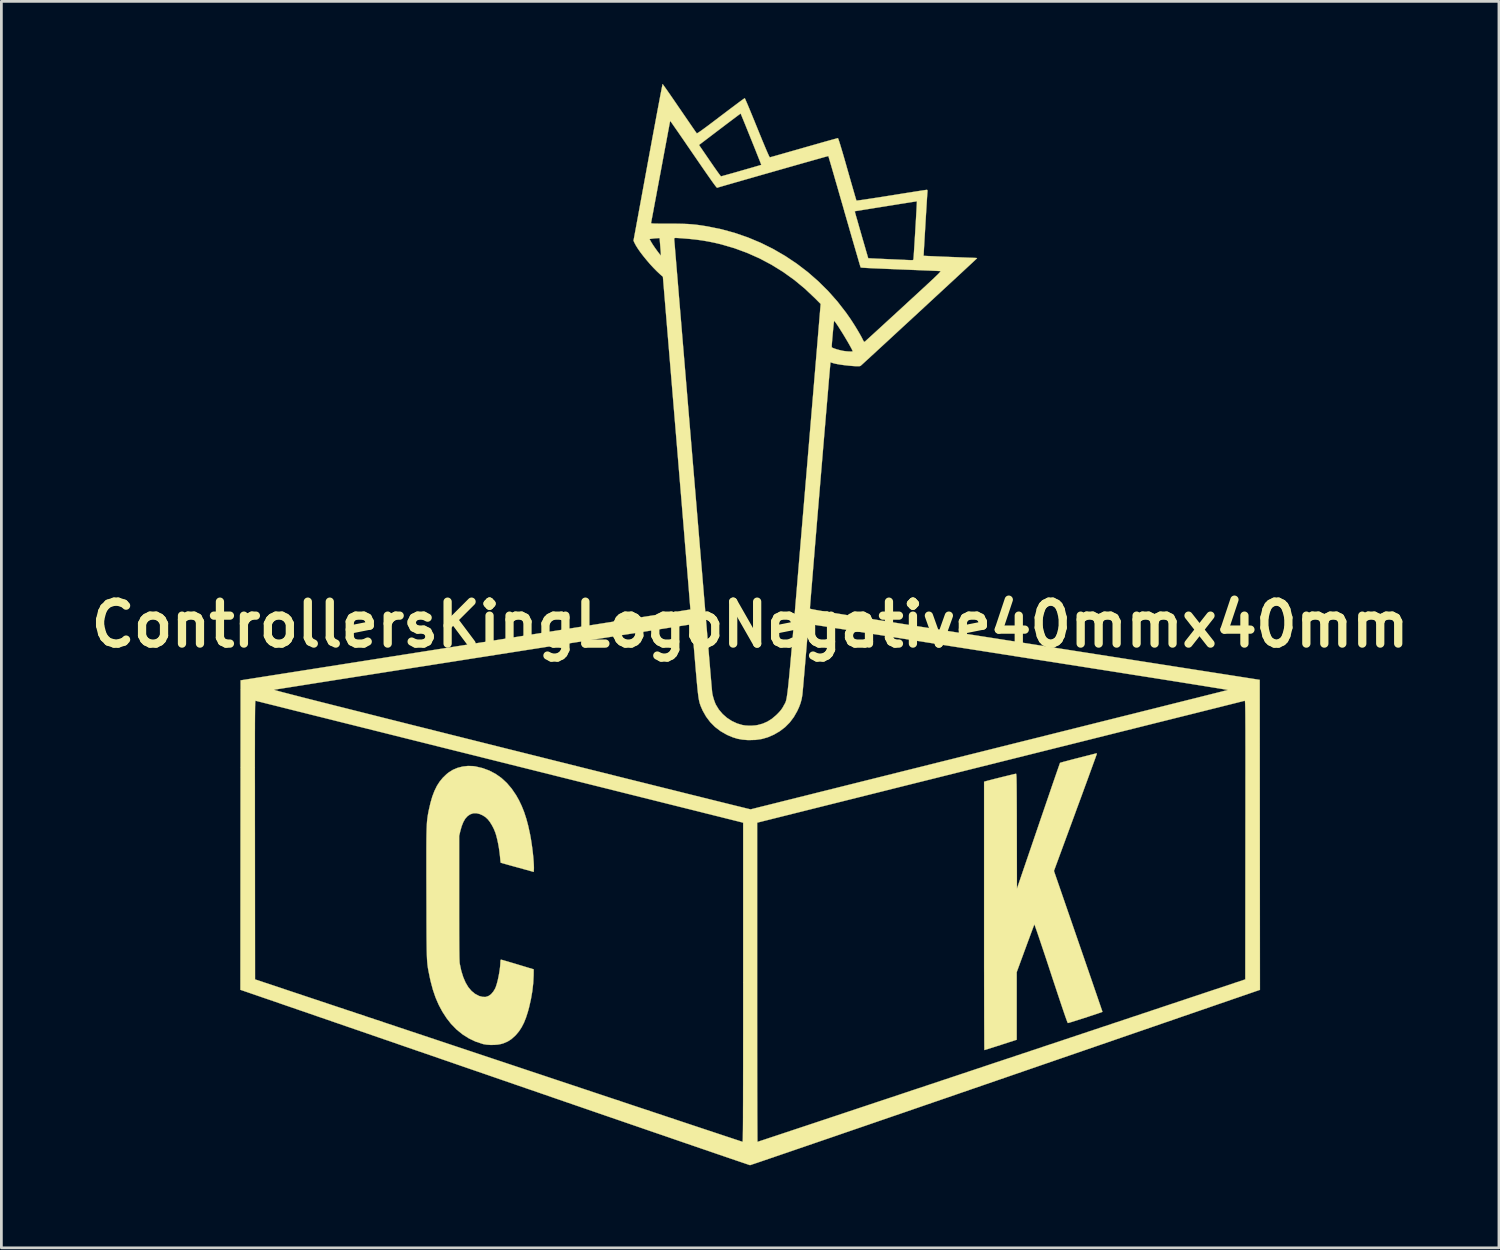
<source format=kicad_pcb>
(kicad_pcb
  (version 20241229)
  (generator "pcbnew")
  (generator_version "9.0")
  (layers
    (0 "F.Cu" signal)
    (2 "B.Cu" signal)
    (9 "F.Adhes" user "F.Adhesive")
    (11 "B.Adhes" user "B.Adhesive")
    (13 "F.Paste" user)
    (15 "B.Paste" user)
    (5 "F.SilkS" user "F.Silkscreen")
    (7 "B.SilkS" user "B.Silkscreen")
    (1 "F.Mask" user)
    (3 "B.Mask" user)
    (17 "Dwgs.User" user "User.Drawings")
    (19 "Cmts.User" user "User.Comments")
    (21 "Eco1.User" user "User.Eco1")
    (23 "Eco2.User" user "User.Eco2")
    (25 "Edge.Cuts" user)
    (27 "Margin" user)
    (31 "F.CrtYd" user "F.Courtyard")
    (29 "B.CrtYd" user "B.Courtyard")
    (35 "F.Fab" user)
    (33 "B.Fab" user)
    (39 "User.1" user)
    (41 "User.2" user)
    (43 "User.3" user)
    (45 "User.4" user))
  (footprint "ControllersKingLogoNegative40mmx40mm"
    (layer "F.Cu")
    (at 24.21 19.648)
    (property "Reference" "ControllersKingLogoNegative40mmx40mm" (at 0 0 0) (layer "F.SilkS") (effects (font (size 1.524 1.524) (thickness 0.3))))
    (attr through_hole)
    (fp_poly (pts (xy 12.593 4.681) (xy 12.598 4.691) (xy 12.593 4.709) (xy 12.576 4.757) (xy 12.549 4.833) (xy 12.512 4.935) (xy 12.466 5.061) (xy 12.412 5.21) (xy 12.35 5.38) (xy 12.282 5.568) (xy 12.207 5.773) (xy 12.126 5.993) (xy 12.041 6.227) (xy 11.951 6.471) (xy 11.857 6.725) (xy 11.819 6.831) (xy 11.039 8.951) (xy 11.92 11.505) (xy 12.018 11.789) (xy 12.113 12.064) (xy 12.204 12.328) (xy 12.291 12.58) (xy 12.373 12.819) (xy 12.45 13.042) (xy 12.52 13.248) (xy 12.585 13.435) (xy 12.642 13.601) (xy 12.691 13.745) (xy 12.732 13.864) (xy 12.764 13.959) (xy 12.787 14.025) (xy 12.799 14.063) (xy 12.802 14.071) (xy 12.786 14.078) (xy 12.743 14.094) (xy 12.675 14.117) (xy 12.588 14.147) (xy 12.486 14.181) (xy 12.372 14.218) (xy 12.252 14.258) (xy 12.129 14.298) (xy 12.007 14.337) (xy 11.891 14.374) (xy 11.785 14.407) (xy 11.693 14.436) (xy 11.62 14.458) (xy 11.569 14.472) (xy 11.545 14.478) (xy 11.545 14.478) (xy 11.536 14.462) (xy 11.516 14.414) (xy 11.487 14.335) (xy 11.447 14.223) (xy 11.398 14.08) (xy 11.338 13.904) (xy 11.268 13.696) (xy 11.188 13.456) (xy 11.098 13.184) (xy 10.997 12.88) (xy 10.93 12.676) (xy 10.852 12.438) (xy 10.777 12.21) (xy 10.705 11.994) (xy 10.637 11.791) (xy 10.574 11.603) (xy 10.517 11.433) (xy 10.466 11.283) (xy 10.422 11.154) (xy 10.385 11.049) (xy 10.357 10.969) (xy 10.338 10.917) (xy 10.328 10.894) (xy 10.327 10.893) (xy 10.319 10.913) (xy 10.301 10.961) (xy 10.273 11.035) (xy 10.237 11.132) (xy 10.194 11.248) (xy 10.145 11.382) (xy 10.09 11.529) (xy 10.032 11.687) (xy 10.001 11.771) (xy 9.686 12.629) (xy 9.686 15.085) (xy 9.58 15.119) (xy 9.348 15.194) (xy 9.142 15.261) (xy 8.964 15.318) (xy 8.814 15.366) (xy 8.694 15.404) (xy 8.603 15.433) (xy 8.543 15.451) (xy 8.514 15.46) (xy 8.512 15.46) (xy 8.511 15.443) (xy 8.51 15.394) (xy 8.509 15.314) (xy 8.508 15.203) (xy 8.507 15.065) (xy 8.507 14.899) (xy 8.506 14.707) (xy 8.505 14.49) (xy 8.504 14.251) (xy 8.504 13.989) (xy 8.503 13.708) (xy 8.503 13.407) (xy 8.502 13.088) (xy 8.502 12.752) (xy 8.501 12.402) (xy 8.501 12.037) (xy 8.501 11.66) (xy 8.501 11.272) (xy 8.501 10.875) (xy 8.501 10.585) (xy 8.501 5.709) (xy 8.589 5.683) (xy 8.641 5.669) (xy 8.715 5.65) (xy 8.807 5.626) (xy 8.912 5.599) (xy 9.026 5.571) (xy 9.144 5.541) (xy 9.26 5.513) (xy 9.37 5.486) (xy 9.469 5.462) (xy 9.552 5.442) (xy 9.615 5.428) (xy 9.652 5.42) (xy 9.66 5.419) (xy 9.664 5.421) (xy 9.667 5.431) (xy 9.67 5.448) (xy 9.673 5.475) (xy 9.676 5.515) (xy 9.678 5.567) (xy 9.68 5.635) (xy 9.681 5.719) (xy 9.683 5.822) (xy 9.684 5.945) (xy 9.685 6.09) (xy 9.686 6.259) (xy 9.687 6.453) (xy 9.688 6.674) (xy 9.689 6.924) (xy 9.689 7.204) (xy 9.69 7.507) (xy 9.694 9.596) (xy 10.472 7.317) (xy 10.563 7.049) (xy 10.652 6.79) (xy 10.737 6.541) (xy 10.818 6.305) (xy 10.894 6.083) (xy 10.964 5.877) (xy 11.029 5.689) (xy 11.087 5.521) (xy 11.138 5.374) (xy 11.181 5.25) (xy 11.215 5.152) (xy 11.24 5.08) (xy 11.256 5.037) (xy 11.261 5.024) (xy 11.279 5.017) (xy 11.327 5.003) (xy 11.4 4.982) (xy 11.496 4.957) (xy 11.609 4.927) (xy 11.737 4.893) (xy 11.877 4.857) (xy 11.906 4.85) (xy 12.048 4.814) (xy 12.18 4.78) (xy 12.299 4.75) (xy 12.401 4.724) (xy 12.482 4.703) (xy 12.539 4.688) (xy 12.567 4.681) (xy 12.569 4.68) (xy 12.593 4.681)) (stroke (width 0.01) (type solid)) (fill yes) (layer "F.SilkS"))
    (fp_poly (pts (xy -10.063 5.142) (xy -9.981 5.154) (xy -9.72 5.215) (xy -9.476 5.306) (xy -9.248 5.426) (xy -9.037 5.575) (xy -8.843 5.754) (xy -8.665 5.963) (xy -8.504 6.2) (xy -8.4 6.385) (xy -8.301 6.593) (xy -8.213 6.813) (xy -8.135 7.052) (xy -8.065 7.313) (xy -8.002 7.603) (xy -7.994 7.643) (xy -7.967 7.793) (xy -7.942 7.955) (xy -7.918 8.122) (xy -7.898 8.29) (xy -7.881 8.451) (xy -7.869 8.601) (xy -7.861 8.734) (xy -7.858 8.843) (xy -7.86 8.908) (xy -7.866 8.986) (xy -8.464 8.82) (xy -8.6 8.783) (xy -8.726 8.748) (xy -8.837 8.717) (xy -8.931 8.69) (xy -9.002 8.67) (xy -9.049 8.656) (xy -9.067 8.65) (xy -9.067 8.65) (xy -9.069 8.632) (xy -9.075 8.587) (xy -9.081 8.52) (xy -9.089 8.439) (xy -9.091 8.416) (xy -9.108 8.266) (xy -9.131 8.108) (xy -9.16 7.948) (xy -9.193 7.797) (xy -9.227 7.662) (xy -9.262 7.551) (xy -9.263 7.549) (xy -9.317 7.419) (xy -9.384 7.29) (xy -9.457 7.172) (xy -9.53 7.078) (xy -9.619 6.995) (xy -9.723 6.929) (xy -9.833 6.881) (xy -9.943 6.855) (xy -10.045 6.854) (xy -10.069 6.858) (xy -10.177 6.896) (xy -10.271 6.961) (xy -10.353 7.053) (xy -10.423 7.174) (xy -10.483 7.325) (xy -10.529 7.487) (xy -10.575 7.679) (xy -10.575 9.94) (xy -10.575 10.277) (xy -10.575 10.581) (xy -10.574 10.855) (xy -10.574 11.1) (xy -10.573 11.317) (xy -10.572 11.508) (xy -10.571 11.675) (xy -10.57 11.819) (xy -10.568 11.942) (xy -10.567 12.045) (xy -10.565 12.13) (xy -10.562 12.198) (xy -10.56 12.252) (xy -10.557 12.292) (xy -10.553 12.321) (xy -10.552 12.327) (xy -10.497 12.585) (xy -10.426 12.812) (xy -10.341 13.009) (xy -10.242 13.175) (xy -10.127 13.311) (xy -9.998 13.417) (xy -9.854 13.492) (xy -9.842 13.497) (xy -9.721 13.528) (xy -9.61 13.529) (xy -9.509 13.496) (xy -9.417 13.432) (xy -9.334 13.335) (xy -9.27 13.229) (xy -9.239 13.155) (xy -9.207 13.055) (xy -9.175 12.935) (xy -9.146 12.802) (xy -9.12 12.665) (xy -9.099 12.53) (xy -9.084 12.404) (xy -9.077 12.295) (xy -9.076 12.267) (xy -9.073 12.209) (xy -9.064 12.181) (xy -9.053 12.175) (xy -9.032 12.18) (xy -8.983 12.193) (xy -8.908 12.215) (xy -8.813 12.242) (xy -8.7 12.276) (xy -8.574 12.313) (xy -8.448 12.351) (xy -7.866 12.527) (xy -7.869 12.753) (xy -7.883 13.027) (xy -7.916 13.318) (xy -7.968 13.618) (xy -8.036 13.917) (xy -8.076 14.063) (xy -8.145 14.279) (xy -8.22 14.467) (xy -8.304 14.63) (xy -8.398 14.775) (xy -8.506 14.905) (xy -8.543 14.943) (xy -8.675 15.061) (xy -8.812 15.149) (xy -8.963 15.214) (xy -9.053 15.24) (xy -9.167 15.261) (xy -9.3 15.272) (xy -9.44 15.273) (xy -9.574 15.264) (xy -9.69 15.245) (xy -9.711 15.24) (xy -9.975 15.153) (xy -10.223 15.035) (xy -10.456 14.887) (xy -10.672 14.711) (xy -10.869 14.508) (xy -11.029 14.304) (xy -11.183 14.067) (xy -11.317 13.818) (xy -11.431 13.555) (xy -11.528 13.272) (xy -11.61 12.965) (xy -11.649 12.789) (xy -11.663 12.716) (xy -11.677 12.649) (xy -11.689 12.588) (xy -11.7 12.53) (xy -11.71 12.473) (xy -11.718 12.415) (xy -11.726 12.354) (xy -11.732 12.289) (xy -11.738 12.217) (xy -11.743 12.136) (xy -11.747 12.045) (xy -11.75 11.941) (xy -11.753 11.823) (xy -11.755 11.689) (xy -11.757 11.536) (xy -11.759 11.364) (xy -11.76 11.169) (xy -11.761 10.95) (xy -11.762 10.704) (xy -11.762 10.431) (xy -11.763 10.128) (xy -11.764 9.793) (xy -11.764 9.782) (xy -11.765 9.435) (xy -11.766 9.121) (xy -11.766 8.837) (xy -11.766 8.582) (xy -11.766 8.353) (xy -11.766 8.148) (xy -11.765 7.966) (xy -11.764 7.804) (xy -11.762 7.662) (xy -11.759 7.536) (xy -11.756 7.426) (xy -11.752 7.329) (xy -11.748 7.243) (xy -11.743 7.167) (xy -11.736 7.099) (xy -11.729 7.036) (xy -11.721 6.978) (xy -11.712 6.921) (xy -11.702 6.865) (xy -11.691 6.806) (xy -11.679 6.745) (xy -11.677 6.737) (xy -11.617 6.476) (xy -11.55 6.245) (xy -11.472 6.042) (xy -11.384 5.862) (xy -11.282 5.703) (xy -11.166 5.562) (xy -11.034 5.435) (xy -10.951 5.369) (xy -10.8 5.275) (xy -10.63 5.204) (xy -10.445 5.157) (xy -10.254 5.136) (xy -10.063 5.142)) (stroke (width 0.01) (type solid)) (fill yes) (layer "F.SilkS"))
    (fp_poly (pts (xy -3.17 -19.629) (xy -3.142 -19.59) (xy -3.097 -19.527) (xy -3.038 -19.444) (xy -2.967 -19.342) (xy -2.885 -19.224) (xy -2.794 -19.092) (xy -2.695 -18.948) (xy -2.591 -18.795) (xy -2.565 -18.758) (xy -2.459 -18.603) (xy -2.358 -18.456) (xy -2.264 -18.319) (xy -2.179 -18.195) (xy -2.105 -18.087) (xy -2.042 -17.996) (xy -1.993 -17.925) (xy -1.959 -17.878) (xy -1.942 -17.855) (xy -1.941 -17.853) (xy -1.931 -17.854) (xy -1.907 -17.866) (xy -1.868 -17.89) (xy -1.812 -17.928) (xy -1.739 -17.98) (xy -1.647 -18.047) (xy -1.533 -18.131) (xy -1.398 -18.233) (xy -1.238 -18.354) (xy -1.067 -18.484) (xy -0.917 -18.597) (xy -0.776 -18.704) (xy -0.644 -18.803) (xy -0.525 -18.892) (xy -0.421 -18.97) (xy -0.334 -19.034) (xy -0.266 -19.083) (xy -0.22 -19.115) (xy -0.197 -19.129) (xy -0.196 -19.129) (xy -0.187 -19.113) (xy -0.167 -19.068) (xy -0.136 -18.997) (xy -0.095 -18.902) (xy -0.046 -18.786) (xy 0.01 -18.651) (xy 0.072 -18.5) (xy 0.14 -18.335) (xy 0.211 -18.16) (xy 0.256 -18.05) (xy 0.354 -17.809) (xy 0.44 -17.599) (xy 0.515 -17.42) (xy 0.577 -17.272) (xy 0.628 -17.155) (xy 0.667 -17.068) (xy 0.695 -17.01) (xy 0.711 -16.983) (xy 0.715 -16.98) (xy 0.734 -16.985) (xy 0.784 -16.999) (xy 0.861 -17.02) (xy 0.963 -17.049) (xy 1.087 -17.084) (xy 1.23 -17.125) (xy 1.391 -17.171) (xy 1.566 -17.221) (xy 1.753 -17.274) (xy 1.949 -17.33) (xy 1.951 -17.331) (xy 2.148 -17.387) (xy 2.335 -17.44) (xy 2.51 -17.49) (xy 2.671 -17.536) (xy 2.814 -17.576) (xy 2.939 -17.611) (xy 3.041 -17.639) (xy 3.118 -17.66) (xy 3.168 -17.674) (xy 3.188 -17.678) (xy 3.188 -17.678) (xy 3.197 -17.664) (xy 3.214 -17.619) (xy 3.239 -17.545) (xy 3.272 -17.44) (xy 3.313 -17.304) (xy 3.363 -17.137) (xy 3.421 -16.938) (xy 3.487 -16.707) (xy 3.531 -16.551) (xy 3.585 -16.363) (xy 3.636 -16.183) (xy 3.684 -16.016) (xy 3.728 -15.864) (xy 3.767 -15.729) (xy 3.8 -15.614) (xy 3.827 -15.522) (xy 3.847 -15.456) (xy 3.858 -15.418) (xy 3.861 -15.41) (xy 3.879 -15.41) (xy 3.927 -15.415) (xy 4.004 -15.425) (xy 4.106 -15.439) (xy 4.232 -15.458) (xy 4.377 -15.48) (xy 4.541 -15.505) (xy 4.72 -15.532) (xy 4.911 -15.563) (xy 5.112 -15.595) (xy 5.123 -15.596) (xy 5.325 -15.629) (xy 5.518 -15.66) (xy 5.7 -15.689) (xy 5.867 -15.715) (xy 6.016 -15.739) (xy 6.146 -15.759) (xy 6.253 -15.776) (xy 6.335 -15.788) (xy 6.389 -15.796) (xy 6.412 -15.799) (xy 6.412 -15.799) (xy 6.433 -15.796) (xy 6.443 -15.782) (xy 6.444 -15.749) (xy 6.441 -15.71) (xy 6.438 -15.67) (xy 6.433 -15.603) (xy 6.427 -15.511) (xy 6.42 -15.397) (xy 6.412 -15.266) (xy 6.403 -15.12) (xy 6.393 -14.962) (xy 6.383 -14.797) (xy 6.373 -14.627) (xy 6.363 -14.455) (xy 6.353 -14.286) (xy 6.343 -14.122) (xy 6.334 -13.967) (xy 6.326 -13.824) (xy 6.318 -13.696) (xy 6.312 -13.588) (xy 6.308 -13.501) (xy 6.304 -13.44) (xy 6.303 -13.407) (xy 6.303 -13.403) (xy 6.321 -13.401) (xy 6.368 -13.399) (xy 6.442 -13.395) (xy 6.538 -13.391) (xy 6.654 -13.386) (xy 6.784 -13.38) (xy 6.926 -13.374) (xy 7.076 -13.368) (xy 7.231 -13.362) (xy 7.385 -13.356) (xy 7.536 -13.35) (xy 7.68 -13.344) (xy 7.813 -13.339) (xy 7.932 -13.334) (xy 8.032 -13.331) (xy 8.111 -13.328) (xy 8.163 -13.326) (xy 8.184 -13.326) (xy 8.224 -13.323) (xy 8.243 -13.315) (xy 8.244 -13.312) (xy 8.231 -13.3) (xy 8.195 -13.266) (xy 8.137 -13.212) (xy 8.059 -13.139) (xy 7.963 -13.05) (xy 7.849 -12.944) (xy 7.72 -12.824) (xy 7.576 -12.691) (xy 7.421 -12.547) (xy 7.254 -12.393) (xy 7.078 -12.23) (xy 6.895 -12.061) (xy 6.705 -11.885) (xy 6.511 -11.706) (xy 6.314 -11.523) (xy 6.115 -11.34) (xy 5.916 -11.156) (xy 5.719 -10.974) (xy 5.525 -10.796) (xy 5.336 -10.621) (xy 5.154 -10.453) (xy 4.979 -10.291) (xy 4.814 -10.139) (xy 4.659 -9.997) (xy 4.518 -9.866) (xy 4.39 -9.749) (xy 4.278 -9.646) (xy 4.184 -9.56) (xy 4.108 -9.49) (xy 4.053 -9.44) (xy 4.019 -9.41) (xy 4.01 -9.402) (xy 3.98 -9.393) (xy 3.922 -9.39) (xy 3.841 -9.391) (xy 3.743 -9.397) (xy 3.632 -9.406) (xy 3.515 -9.418) (xy 3.396 -9.432) (xy 3.281 -9.448) (xy 3.176 -9.466) (xy 3.084 -9.484) (xy 3.012 -9.503) (xy 2.995 -9.509) (xy 2.951 -9.523) (xy 2.923 -9.529) (xy 2.918 -9.528) (xy 2.916 -9.511) (xy 2.912 -9.462) (xy 2.905 -9.382) (xy 2.895 -9.273) (xy 2.883 -9.138) (xy 2.869 -8.978) (xy 2.853 -8.793) (xy 2.836 -8.587) (xy 2.817 -8.361) (xy 2.796 -8.116) (xy 2.774 -7.855) (xy 2.75 -7.578) (xy 2.726 -7.288) (xy 2.7 -6.986) (xy 2.674 -6.675) (xy 2.647 -6.354) (xy 2.62 -6.028) (xy 2.592 -5.696) (xy 2.564 -5.361) (xy 2.536 -5.025) (xy 2.508 -4.689) (xy 2.48 -4.354) (xy 2.452 -4.023) (xy 2.425 -3.698) (xy 2.399 -3.379) (xy 2.373 -3.069) (xy 2.348 -2.769) (xy 2.325 -2.482) (xy 2.302 -2.208) (xy 2.281 -1.949) (xy 2.261 -1.708) (xy 2.243 -1.485) (xy 2.226 -1.283) (xy 2.211 -1.103) (xy 2.199 -0.947) (xy 2.188 -0.817) (xy 2.18 -0.714) (xy 2.175 -0.64) (xy 2.172 -0.596) (xy 2.171 -0.585) (xy 2.173 -0.582) (xy 2.178 -0.579) (xy 2.188 -0.575) (xy 2.203 -0.57) (xy 2.223 -0.565) (xy 2.251 -0.559) (xy 2.287 -0.552) (xy 2.331 -0.543) (xy 2.385 -0.533) (xy 2.449 -0.522) (xy 2.524 -0.508) (xy 2.612 -0.493) (xy 2.712 -0.477) (xy 2.827 -0.458) (xy 2.956 -0.436) (xy 3.1 -0.413) (xy 3.262 -0.387) (xy 3.44 -0.358) (xy 3.637 -0.327) (xy 3.853 -0.292) (xy 4.088 -0.255) (xy 4.345 -0.214) (xy 4.623 -0.17) (xy 4.924 -0.123) (xy 5.248 -0.072) (xy 5.596 -0.017) (xy 5.97 0.042) (xy 6.369 0.105) (xy 6.795 0.172) (xy 7.25 0.243) (xy 7.732 0.319) (xy 8.244 0.399) (xy 8.787 0.484) (xy 9.361 0.574) (xy 9.966 0.668) (xy 10.346 0.728) (xy 18.517 2.007) (xy 18.521 7.64) (xy 18.525 13.273) (xy 18.487 13.285) (xy 18.469 13.291) (xy 18.42 13.308) (xy 18.34 13.335) (xy 18.231 13.373) (xy 18.094 13.42) (xy 17.929 13.477) (xy 17.738 13.543) (xy 17.521 13.617) (xy 17.279 13.701) (xy 17.013 13.792) (xy 16.724 13.892) (xy 16.413 13.999) (xy 16.081 14.113) (xy 15.729 14.234) (xy 15.356 14.363) (xy 14.966 14.497) (xy 14.558 14.638) (xy 14.133 14.784) (xy 13.692 14.936) (xy 13.236 15.093) (xy 12.766 15.255) (xy 12.284 15.421) (xy 11.788 15.592) (xy 11.282 15.766) (xy 10.765 15.944) (xy 10.238 16.126) (xy 9.703 16.31) (xy 9.24 16.47) (xy 8.699 16.656) (xy 8.165 16.84) (xy 7.639 17.021) (xy 7.124 17.199) (xy 6.619 17.372) (xy 6.126 17.542) (xy 5.645 17.708) (xy 5.177 17.868) (xy 4.723 18.024) (xy 4.285 18.175) (xy 3.862 18.32) (xy 3.457 18.459) (xy 3.069 18.593) (xy 2.7 18.719) (xy 2.35 18.839) (xy 2.021 18.952) (xy 1.713 19.057) (xy 1.428 19.155) (xy 1.165 19.245) (xy 0.927 19.326) (xy 0.714 19.399) (xy 0.526 19.463) (xy 0.366 19.518) (xy 0.233 19.563) (xy 0.128 19.598) (xy 0.053 19.623) (xy 0.008 19.638) (xy -0.005 19.642) (xy -0.023 19.636) (xy -0.073 19.62) (xy -0.152 19.593) (xy -0.261 19.556) (xy -0.397 19.51) (xy -0.562 19.454) (xy -0.752 19.389) (xy -0.968 19.315) (xy -1.209 19.233) (xy -1.473 19.142) (xy -1.76 19.044) (xy -2.069 18.938) (xy -2.398 18.825) (xy -2.747 18.705) (xy -3.115 18.578) (xy -3.502 18.446) (xy -3.905 18.307) (xy -4.324 18.163) (xy -4.759 18.013) (xy -5.208 17.859) (xy -5.67 17.7) (xy -6.145 17.536) (xy -6.631 17.369) (xy -7.127 17.198) (xy -7.633 17.023) (xy -8.148 16.846) (xy -8.56 16.704) (xy -9.087 16.522) (xy -9.608 16.342) (xy -10.123 16.165) (xy -10.631 15.99) (xy -11.129 15.818) (xy -11.618 15.649) (xy -12.097 15.485) (xy -12.563 15.324) (xy -13.017 15.167) (xy -13.457 15.016) (xy -13.882 14.869) (xy -14.291 14.728) (xy -14.684 14.593) (xy -15.058 14.464) (xy -15.414 14.341) (xy -15.749 14.226) (xy -16.063 14.117) (xy -16.355 14.017) (xy -16.624 13.924) (xy -16.869 13.84) (xy -17.089 13.764) (xy -17.282 13.697) (xy -17.448 13.64) (xy -17.586 13.593) (xy -17.694 13.556) (xy -17.772 13.529) (xy -17.801 13.519) (xy -18.525 13.27) (xy -18.521 7.648) (xy -18.519 4.897) (xy -17.998 4.897) (xy -17.998 5.196) (xy -17.998 5.522) (xy -17.997 5.876) (xy -17.997 6.258) (xy -17.997 6.671) (xy -17.997 7.114) (xy -17.996 7.59) (xy -17.996 7.825) (xy -17.992 12.892) (xy -9.144 15.843) (xy -8.612 16.02) (xy -8.088 16.195) (xy -7.573 16.366) (xy -7.068 16.535) (xy -6.574 16.699) (xy -6.091 16.86) (xy -5.621 17.017) (xy -5.165 17.169) (xy -4.722 17.316) (xy -4.296 17.459) (xy -3.885 17.595) (xy -3.492 17.726) (xy -3.116 17.851) (xy -2.76 17.97) (xy -2.424 18.082) (xy -2.108 18.187) (xy -1.814 18.285) (xy -1.543 18.375) (xy -1.296 18.457) (xy -1.073 18.531) (xy -0.875 18.597) (xy -0.704 18.653) (xy -0.561 18.701) (xy -0.445 18.739) (xy -0.358 18.768) (xy -0.302 18.786) (xy -0.277 18.794) (xy -0.275 18.795) (xy -0.273 18.789) (xy -0.271 18.771) (xy -0.27 18.739) (xy -0.268 18.694) (xy -0.266 18.633) (xy -0.265 18.556) (xy -0.264 18.463) (xy -0.262 18.351) (xy -0.261 18.221) (xy -0.26 18.072) (xy -0.259 17.902) (xy -0.259 17.71) (xy -0.258 17.496) (xy -0.257 17.259) (xy -0.257 16.997) (xy -0.256 16.711) (xy -0.256 16.399) (xy -0.255 16.06) (xy -0.255 15.693) (xy -0.255 15.297) (xy -0.254 14.872) (xy -0.254 14.416) (xy -0.254 13.929) (xy -0.254 13.41) (xy -0.254 12.997) (xy -0.254 7.198) (xy 0.254 7.198) (xy 0.254 12.997) (xy 0.254 13.438) (xy 0.254 13.87) (xy 0.254 14.293) (xy 0.255 14.704) (xy 0.255 15.102) (xy 0.255 15.487) (xy 0.256 15.858) (xy 0.256 16.212) (xy 0.257 16.548) (xy 0.257 16.867) (xy 0.258 17.165) (xy 0.259 17.442) (xy 0.259 17.698) (xy 0.26 17.929) (xy 0.261 18.136) (xy 0.262 18.317) (xy 0.263 18.471) (xy 0.263 18.597) (xy 0.264 18.693) (xy 0.265 18.759) (xy 0.266 18.792) (xy 0.267 18.796) (xy 0.283 18.791) (xy 0.331 18.775) (xy 0.409 18.749) (xy 0.517 18.714) (xy 0.653 18.668) (xy 0.817 18.614) (xy 1.007 18.551) (xy 1.223 18.479) (xy 1.463 18.399) (xy 1.728 18.311) (xy 2.015 18.216) (xy 2.325 18.113) (xy 2.655 18.003) (xy 3.006 17.886) (xy 3.376 17.763) (xy 3.765 17.633) (xy 4.171 17.498) (xy 4.593 17.357) (xy 5.031 17.212) (xy 5.484 17.061) (xy 5.951 16.905) (xy 6.43 16.746) (xy 6.921 16.582) (xy 7.424 16.415) (xy 7.936 16.244) (xy 8.458 16.07) (xy 8.987 15.893) (xy 9.136 15.844) (xy 17.992 12.892) (xy 17.996 7.825) (xy 17.996 7.334) (xy 17.997 6.875) (xy 17.997 6.448) (xy 17.997 6.052) (xy 17.997 5.685) (xy 17.998 5.346) (xy 17.998 5.034) (xy 17.998 4.749) (xy 17.998 4.488) (xy 17.997 4.251) (xy 17.997 4.037) (xy 17.997 3.844) (xy 17.996 3.671) (xy 17.995 3.518) (xy 17.995 3.383) (xy 17.994 3.265) (xy 17.993 3.163) (xy 17.992 3.075) (xy 17.991 3.002) (xy 17.989 2.94) (xy 17.988 2.891) (xy 17.986 2.851) (xy 17.984 2.821) (xy 17.982 2.798) (xy 17.98 2.783) (xy 17.977 2.773) (xy 17.975 2.768) (xy 17.972 2.767) (xy 17.971 2.767) (xy 17.952 2.771) (xy 17.902 2.784) (xy 17.822 2.804) (xy 17.711 2.832) (xy 17.571 2.867) (xy 17.403 2.909) (xy 17.207 2.958) (xy 16.986 3.014) (xy 16.74 3.075) (xy 16.469 3.143) (xy 16.175 3.217) (xy 15.858 3.296) (xy 15.52 3.38) (xy 15.162 3.47) (xy 14.784 3.564) (xy 14.388 3.663) (xy 13.974 3.767) (xy 13.544 3.874) (xy 13.098 3.986) (xy 12.637 4.101) (xy 12.163 4.22) (xy 11.675 4.342) (xy 11.176 4.466) (xy 10.666 4.594) (xy 10.146 4.724) (xy 9.617 4.856) (xy 9.161 4.97) (xy 8.625 5.104) (xy 8.097 5.236) (xy 7.578 5.366) (xy 7.069 5.493) (xy 6.571 5.618) (xy 6.084 5.739) (xy 5.611 5.857) (xy 5.151 5.972) (xy 4.706 6.084) (xy 4.277 6.191) (xy 3.865 6.294) (xy 3.47 6.393) (xy 3.094 6.487) (xy 2.737 6.576) (xy 2.401 6.66) (xy 2.086 6.739) (xy 1.794 6.812) (xy 1.525 6.879) (xy 1.281 6.94) (xy 1.061 6.995) (xy 0.869 7.043) (xy 0.703 7.085) (xy 0.566 7.119) (xy 0.457 7.146) (xy 0.379 7.166) (xy 0.332 7.177) (xy 0.318 7.181) (xy 0.254 7.198) (xy -0.254 7.198) (xy -0.318 7.181) (xy -0.338 7.176) (xy -0.39 7.163) (xy -0.473 7.142) (xy -0.586 7.114) (xy -0.728 7.078) (xy -0.898 7.036) (xy -1.095 6.986) (xy -1.318 6.931) (xy -1.567 6.869) (xy -1.839 6.8) (xy -2.135 6.726) (xy -2.453 6.647) (xy -2.793 6.562) (xy -3.153 6.472) (xy -3.532 6.377) (xy -3.93 6.278) (xy -4.345 6.174) (xy -4.777 6.066) (xy -5.224 5.954) (xy -5.686 5.839) (xy -6.162 5.72) (xy -6.65 5.598) (xy -7.15 5.473) (xy -7.661 5.345) (xy -8.181 5.215) (xy -8.711 5.083) (xy -9.161 4.97) (xy -9.697 4.836) (xy -10.224 4.704) (xy -10.743 4.575) (xy -11.251 4.448) (xy -11.749 4.323) (xy -12.234 4.202) (xy -12.707 4.084) (xy -13.165 3.969) (xy -13.609 3.858) (xy -14.037 3.751) (xy -14.448 3.648) (xy -14.842 3.55) (xy -15.217 3.456) (xy -15.572 3.367) (xy -15.907 3.284) (xy -16.22 3.205) (xy -16.511 3.133) (xy -16.778 3.066) (xy -17.021 3.005) (xy -17.238 2.95) (xy -17.429 2.903) (xy -17.593 2.862) (xy -17.729 2.828) (xy -17.836 2.801) (xy -17.912 2.782) (xy -17.957 2.77) (xy -17.971 2.767) (xy -17.973 2.767) (xy -17.976 2.77) (xy -17.979 2.778) (xy -17.981 2.79) (xy -17.983 2.809) (xy -17.985 2.836) (xy -17.987 2.871) (xy -17.988 2.916) (xy -17.99 2.971) (xy -17.991 3.039) (xy -17.992 3.12) (xy -17.993 3.215) (xy -17.994 3.326) (xy -17.995 3.452) (xy -17.996 3.597) (xy -17.996 3.76) (xy -17.997 3.943) (xy -17.997 4.148) (xy -17.997 4.374) (xy -17.998 4.623) (xy -17.998 4.897) (xy -18.519 4.897) (xy -18.517 2.367) (xy -17.305 2.367) (xy -17.303 2.369) (xy -17.285 2.376) (xy -17.252 2.386) (xy -17.202 2.4) (xy -17.135 2.418) (xy -17.051 2.441) (xy -16.949 2.468) (xy -16.827 2.499) (xy -16.686 2.536) (xy -16.525 2.577) (xy -16.344 2.624) (xy -16.141 2.676) (xy -15.915 2.733) (xy -15.668 2.796) (xy -15.397 2.864) (xy -15.102 2.939) (xy -14.782 3.019) (xy -14.437 3.106) (xy -14.067 3.199) (xy -13.67 3.299) (xy -13.246 3.406) (xy -12.794 3.519) (xy -12.314 3.64) (xy -11.805 3.767) (xy -11.267 3.902) (xy -10.698 4.045) (xy -10.098 4.195) (xy -9.467 4.353) (xy -8.804 4.519) (xy -8.687 4.548) (xy -8.154 4.681) (xy -7.63 4.812) (xy -7.115 4.941) (xy -6.609 5.067) (xy -6.115 5.191) (xy -5.633 5.311) (xy -5.164 5.428) (xy -4.709 5.542) (xy -4.268 5.652) (xy -3.844 5.757) (xy -3.436 5.859) (xy -3.046 5.956) (xy -2.675 6.048) (xy -2.324 6.136) (xy -1.993 6.218) (xy -1.684 6.295) (xy -1.397 6.366) (xy -1.134 6.431) (xy -0.896 6.49) (xy -0.682 6.543) (xy -0.496 6.589) (xy -0.336 6.628) (xy -0.205 6.66) (xy -0.104 6.685) (xy -0.032 6.702) (xy 0.008 6.711) (xy 0.017 6.713) (xy 0.035 6.709) (xy 0.085 6.696) (xy 0.165 6.676) (xy 0.276 6.648) (xy 0.415 6.613) (xy 0.583 6.572) (xy 0.778 6.523) (xy 0.999 6.468) (xy 1.245 6.406) (xy 1.515 6.339) (xy 1.809 6.265) (xy 2.124 6.187) (xy 2.461 6.102) (xy 2.819 6.013) (xy 3.195 5.919) (xy 3.591 5.82) (xy 4.003 5.717) (xy 4.432 5.61) (xy 4.877 5.499) (xy 5.336 5.384) (xy 5.809 5.266) (xy 6.295 5.145) (xy 6.792 5.02) (xy 7.3 4.894) (xy 7.817 4.764) (xy 8.344 4.633) (xy 8.687 4.547) (xy 9.218 4.414) (xy 9.742 4.283) (xy 10.256 4.155) (xy 10.76 4.029) (xy 11.254 3.905) (xy 11.735 3.785) (xy 12.203 3.668) (xy 12.657 3.554) (xy 13.097 3.444) (xy 13.52 3.338) (xy 13.927 3.237) (xy 14.316 3.139) (xy 14.686 3.047) (xy 15.036 2.959) (xy 15.366 2.876) (xy 15.674 2.799) (xy 15.96 2.727) (xy 16.222 2.662) (xy 16.459 2.602) (xy 16.671 2.549) (xy 16.857 2.502) (xy 17.015 2.463) (xy 17.144 2.43) (xy 17.244 2.405) (xy 17.314 2.387) (xy 17.353 2.377) (xy 17.361 2.375) (xy 17.347 2.371) (xy 17.3 2.363) (xy 17.221 2.349) (xy 17.111 2.331) (xy 16.972 2.308) (xy 16.804 2.281) (xy 16.608 2.249) (xy 16.385 2.213) (xy 16.135 2.173) (xy 15.86 2.129) (xy 15.561 2.081) (xy 15.239 2.03) (xy 14.894 1.975) (xy 14.527 1.917) (xy 14.139 1.856) (xy 13.732 1.792) (xy 13.306 1.724) (xy 12.861 1.654) (xy 12.4 1.582) (xy 11.922 1.506) (xy 11.429 1.429) (xy 10.922 1.349) (xy 10.401 1.268) (xy 9.868 1.184) (xy 9.758 1.167) (xy 9.254 1.088) (xy 8.759 1.01) (xy 8.274 0.934) (xy 7.799 0.86) (xy 7.335 0.788) (xy 6.884 0.717) (xy 6.447 0.649) (xy 6.025 0.583) (xy 5.619 0.519) (xy 5.229 0.458) (xy 4.857 0.4) (xy 4.505 0.345) (xy 4.172 0.293) (xy 3.86 0.244) (xy 3.571 0.199) (xy 3.304 0.157) (xy 3.062 0.12) (xy 2.845 0.086) (xy 2.655 0.056) (xy 2.491 0.031) (xy 2.357 0.01) (xy 2.251 -0.007) (xy 2.176 -0.018) (xy 2.133 -0.025) (xy 2.122 -0.026) (xy 2.12 -0.009) (xy 2.115 0.038) (xy 2.108 0.115) (xy 2.099 0.217) (xy 2.088 0.342) (xy 2.076 0.488) (xy 2.062 0.651) (xy 2.047 0.829) (xy 2.031 1.02) (xy 2.016 1.195) (xy 1.999 1.398) (xy 1.982 1.595) (xy 1.966 1.782) (xy 1.951 1.956) (xy 1.937 2.114) (xy 1.925 2.253) (xy 1.914 2.369) (xy 1.906 2.46) (xy 1.9 2.523) (xy 1.897 2.55) (xy 1.871 2.704) (xy 1.832 2.849) (xy 1.777 2.997) (xy 1.711 3.141) (xy 1.585 3.361) (xy 1.439 3.555) (xy 1.27 3.725) (xy 1.077 3.873) (xy 0.857 4.001) (xy 0.851 4.003) (xy 0.64 4.094) (xy 0.424 4.156) (xy 0.197 4.189) (xy -0.046 4.196) (xy -0.091 4.195) (xy -0.282 4.179) (xy -0.456 4.148) (xy -0.624 4.097) (xy -0.798 4.025) (xy -0.855 3.998) (xy -1.078 3.87) (xy -1.276 3.719) (xy -1.45 3.544) (xy -1.6 3.345) (xy -1.726 3.123) (xy -1.795 2.964) (xy -1.811 2.921) (xy -1.826 2.877) (xy -1.84 2.83) (xy -1.852 2.778) (xy -1.864 2.719) (xy -1.876 2.649) (xy -1.887 2.567) (xy -1.899 2.469) (xy -1.912 2.354) (xy -1.925 2.218) (xy -1.94 2.06) (xy -1.956 1.877) (xy -1.975 1.666) (xy -1.995 1.426) (xy -2.006 1.294) (xy -2.023 1.088) (xy -2.04 0.892) (xy -2.056 0.708) (xy -2.071 0.539) (xy -2.084 0.388) (xy -2.096 0.257) (xy -2.106 0.149) (xy -2.114 0.066) (xy -2.12 0.012) (xy -2.123 -0.012) (xy -2.124 -0.013) (xy -2.14 -0.01) (xy -2.19 -0.003) (xy -2.269 0.009) (xy -2.379 0.026) (xy -2.517 0.047) (xy -2.682 0.073) (xy -2.873 0.102) (xy -3.088 0.136) (xy -3.326 0.173) (xy -3.587 0.213) (xy -3.868 0.257) (xy -4.168 0.304) (xy -4.486 0.354) (xy -4.822 0.406) (xy -5.172 0.461) (xy -5.537 0.518) (xy -5.915 0.577) (xy -6.305 0.638) (xy -6.705 0.7) (xy -7.114 0.764) (xy -7.531 0.83) (xy -7.955 0.896) (xy -8.383 0.963) (xy -8.816 1.031) (xy -9.252 1.099) (xy -9.689 1.168) (xy -10.126 1.236) (xy -10.562 1.305) (xy -10.995 1.373) (xy -11.425 1.44) (xy -11.85 1.507) (xy -12.268 1.572) (xy -12.679 1.637) (xy -13.082 1.7) (xy -13.474 1.762) (xy -13.855 1.822) (xy -14.223 1.879) (xy -14.577 1.935) (xy -14.916 1.988) (xy -15.238 2.039) (xy -15.543 2.087) (xy -15.828 2.132) (xy -16.093 2.174) (xy -16.337 2.213) (xy -16.558 2.248) (xy -16.754 2.279) (xy -16.925 2.306) (xy -17.069 2.329) (xy -17.185 2.347) (xy -17.272 2.362) (xy -17.305 2.367) (xy -18.517 2.367) (xy -18.517 2.025) (xy -10.346 0.739) (xy -9.825 0.657) (xy -9.312 0.577) (xy -8.809 0.498) (xy -8.316 0.42) (xy -7.835 0.344) (xy -7.366 0.27) (xy -6.911 0.199) (xy -6.47 0.129) (xy -6.045 0.062) (xy -5.636 -0.002) (xy -5.245 -0.064) (xy -4.872 -0.123) (xy -4.519 -0.178) (xy -4.187 -0.231) (xy -3.876 -0.28) (xy -3.588 -0.325) (xy -3.323 -0.367) (xy -3.083 -0.405) (xy -2.869 -0.439) (xy -2.681 -0.469) (xy -2.521 -0.494) (xy -2.39 -0.515) (xy -2.289 -0.531) (xy -2.218 -0.542) (xy -2.179 -0.549) (xy -2.171 -0.55) (xy -2.173 -0.567) (xy -2.176 -0.616) (xy -2.183 -0.697) (xy -2.192 -0.808) (xy -2.203 -0.948) (xy -2.217 -1.116) (xy -2.232 -1.31) (xy -2.25 -1.53) (xy -2.27 -1.774) (xy -2.292 -2.041) (xy -2.316 -2.33) (xy -2.341 -2.639) (xy -2.369 -2.968) (xy -2.397 -3.315) (xy -2.427 -3.679) (xy -2.459 -4.059) (xy -2.491 -4.453) (xy -2.525 -4.861) (xy -2.56 -5.281) (xy -2.596 -5.712) (xy -2.632 -6.153) (xy -2.669 -6.597) (xy -3.171 -12.641) (xy -3.275 -12.732) (xy -3.393 -12.843) (xy -3.516 -12.968) (xy -3.641 -13.103) (xy -3.762 -13.245) (xy -3.878 -13.387) (xy -3.984 -13.525) (xy -4.076 -13.656) (xy -4.15 -13.773) (xy -4.203 -13.873) (xy -4.207 -13.881) (xy -4.239 -13.953) (xy -4.228 -14.012) (xy -3.659 -14.012) (xy -3.578 -13.872) (xy -3.547 -13.822) (xy -3.506 -13.76) (xy -3.458 -13.69) (xy -3.407 -13.619) (xy -3.357 -13.551) (xy -3.312 -13.492) (xy -3.275 -13.446) (xy -3.251 -13.42) (xy -3.243 -13.415) (xy -3.243 -13.433) (xy -3.245 -13.478) (xy -3.25 -13.547) (xy -3.257 -13.634) (xy -3.265 -13.733) (xy -3.265 -13.734) (xy -3.288 -14.018) (xy -2.76 -14.018) (xy -2.759 -13.998) (xy -2.755 -13.946) (xy -2.748 -13.863) (xy -2.738 -13.749) (xy -2.727 -13.606) (xy -2.713 -13.434) (xy -2.696 -13.236) (xy -2.678 -13.012) (xy -2.657 -12.764) (xy -2.634 -12.492) (xy -2.61 -12.197) (xy -2.584 -11.881) (xy -2.556 -11.546) (xy -2.526 -11.191) (xy -2.495 -10.818) (xy -2.463 -10.429) (xy -2.429 -10.024) (xy -2.394 -9.604) (xy -2.358 -9.171) (xy -2.321 -8.727) (xy -2.283 -8.271) (xy -2.244 -7.805) (xy -2.204 -7.33) (xy -2.193 -7.197) (xy -2.136 -6.516) (xy -2.082 -5.869) (xy -2.03 -5.254) (xy -1.981 -4.67) (xy -1.935 -4.117) (xy -1.891 -3.593) (xy -1.85 -3.098) (xy -1.811 -2.631) (xy -1.774 -2.191) (xy -1.739 -1.777) (xy -1.707 -1.389) (xy -1.677 -1.026) (xy -1.648 -0.686) (xy -1.622 -0.37) (xy -1.597 -0.075) (xy -1.574 0.198) (xy -1.553 0.45) (xy -1.533 0.683) (xy -1.515 0.897) (xy -1.499 1.092) (xy -1.484 1.271) (xy -1.47 1.433) (xy -1.458 1.579) (xy -1.447 1.711) (xy -1.437 1.829) (xy -1.428 1.934) (xy -1.42 2.026) (xy -1.413 2.107) (xy -1.407 2.177) (xy -1.402 2.237) (xy -1.397 2.289) (xy -1.393 2.332) (xy -1.39 2.368) (xy -1.387 2.397) (xy -1.385 2.421) (xy -1.383 2.44) (xy -1.382 2.455) (xy -1.381 2.466) (xy -1.379 2.475) (xy -1.379 2.481) (xy -1.364 2.557) (xy -1.34 2.65) (xy -1.31 2.748) (xy -1.277 2.838) (xy -1.249 2.904) (xy -1.139 3.085) (xy -1.002 3.247) (xy -0.843 3.387) (xy -0.665 3.503) (xy -0.471 3.593) (xy -0.279 3.649) (xy -0.178 3.665) (xy -0.058 3.672) (xy 0.069 3.671) (xy 0.189 3.662) (xy 0.271 3.649) (xy 0.458 3.598) (xy 0.627 3.524) (xy 0.784 3.426) (xy 0.936 3.298) (xy 0.983 3.253) (xy 1.06 3.173) (xy 1.118 3.105) (xy 1.164 3.041) (xy 1.206 2.97) (xy 1.223 2.937) (xy 1.234 2.916) (xy 1.245 2.898) (xy 1.255 2.881) (xy 1.264 2.865) (xy 1.273 2.849) (xy 1.281 2.831) (xy 1.289 2.811) (xy 1.297 2.788) (xy 1.305 2.761) (xy 1.313 2.728) (xy 1.321 2.69) (xy 1.33 2.644) (xy 1.338 2.591) (xy 1.347 2.528) (xy 1.357 2.456) (xy 1.367 2.372) (xy 1.378 2.277) (xy 1.39 2.169) (xy 1.402 2.047) (xy 1.416 1.91) (xy 1.43 1.757) (xy 1.446 1.588) (xy 1.463 1.401) (xy 1.481 1.196) (xy 1.501 0.971) (xy 1.523 0.725) (xy 1.546 0.458) (xy 1.57 0.168) (xy 1.597 -0.146) (xy 1.626 -0.483) (xy 1.656 -0.846) (xy 1.689 -1.236) (xy 1.724 -1.653) (xy 1.761 -2.098) (xy 1.801 -2.572) (xy 1.843 -3.077) (xy 1.888 -3.613) (xy 1.936 -4.181) (xy 1.968 -4.561) (xy 2.431 -10.082) (xy 2.963 -10.082) (xy 2.979 -10.068) (xy 3.021 -10.048) (xy 3.083 -10.025) (xy 3.158 -10.001) (xy 3.24 -9.979) (xy 3.322 -9.959) (xy 3.375 -9.948) (xy 3.439 -9.939) (xy 3.511 -9.931) (xy 3.583 -9.926) (xy 3.648 -9.924) (xy 3.697 -9.925) (xy 3.723 -9.929) (xy 3.725 -9.932) (xy 3.717 -9.96) (xy 3.693 -10.011) (xy 3.655 -10.082) (xy 3.607 -10.169) (xy 3.551 -10.267) (xy 3.488 -10.373) (xy 3.422 -10.484) (xy 3.355 -10.594) (xy 3.288 -10.7) (xy 3.226 -10.799) (xy 3.169 -10.886) (xy 3.12 -10.957) (xy 3.082 -11.008) (xy 3.057 -11.036) (xy 3.05 -11.041) (xy 3.047 -11.025) (xy 3.041 -10.98) (xy 3.033 -10.912) (xy 3.025 -10.825) (xy 3.015 -10.726) (xy 3.005 -10.618) (xy 2.995 -10.508) (xy 2.985 -10.4) (xy 2.977 -10.3) (xy 2.97 -10.212) (xy 2.965 -10.142) (xy 2.963 -10.095) (xy 2.963 -10.082) (xy 2.431 -10.082) (xy 2.562 -11.653) (xy 2.352 -11.864) (xy 1.986 -12.21) (xy 1.601 -12.528) (xy 1.198 -12.817) (xy 0.778 -13.077) (xy 0.342 -13.308) (xy -0.11 -13.509) (xy -0.575 -13.68) (xy -1.054 -13.82) (xy -1.295 -13.877) (xy -1.516 -13.922) (xy -1.737 -13.96) (xy -1.965 -13.991) (xy -2.208 -14.017) (xy -2.474 -14.039) (xy -2.595 -14.047) (xy -2.671 -14.051) (xy -2.719 -14.052) (xy -2.745 -14.049) (xy -2.757 -14.04) (xy -2.76 -14.025) (xy -2.76 -14.018) (xy -3.288 -14.018) (xy -3.29 -14.048) (xy -3.394 -14.041) (xy -3.467 -14.036) (xy -3.541 -14.028) (xy -3.578 -14.023) (xy -3.659 -14.012) (xy -4.228 -14.012) (xy -4.12 -14.596) (xy -3.601 -14.596) (xy -3.599 -14.589) (xy -3.589 -14.584) (xy -3.569 -14.579) (xy -3.535 -14.576) (xy -3.486 -14.574) (xy -3.416 -14.572) (xy -3.324 -14.571) (xy -3.206 -14.571) (xy -3.059 -14.571) (xy -2.96 -14.57) (xy -2.749 -14.57) (xy -2.565 -14.567) (xy -2.404 -14.563) (xy -2.259 -14.557) (xy -2.125 -14.547) (xy -1.995 -14.535) (xy -1.864 -14.519) (xy -1.725 -14.498) (xy -1.574 -14.474) (xy -1.544 -14.469) (xy -1.045 -14.367) (xy -0.556 -14.233) (xy -0.078 -14.068) (xy 0.387 -13.873) (xy 0.838 -13.649) (xy 1.274 -13.396) (xy 1.692 -13.117) (xy 2.093 -12.811) (xy 2.473 -12.479) (xy 2.832 -12.124) (xy 3.169 -11.744) (xy 3.481 -11.342) (xy 3.628 -11.133) (xy 3.723 -10.989) (xy 3.817 -10.841) (xy 3.906 -10.694) (xy 3.986 -10.557) (xy 4.053 -10.436) (xy 4.083 -10.376) (xy 4.112 -10.318) (xy 4.133 -10.287) (xy 4.149 -10.276) (xy 4.165 -10.281) (xy 4.168 -10.283) (xy 4.184 -10.297) (xy 4.223 -10.333) (xy 4.284 -10.388) (xy 4.365 -10.462) (xy 4.465 -10.553) (xy 4.581 -10.659) (xy 4.712 -10.779) (xy 4.857 -10.912) (xy 5.014 -11.056) (xy 5.181 -11.209) (xy 5.357 -11.371) (xy 5.54 -11.539) (xy 5.578 -11.574) (xy 5.793 -11.772) (xy 5.985 -11.948) (xy 6.154 -12.104) (xy 6.303 -12.241) (xy 6.431 -12.36) (xy 6.541 -12.462) (xy 6.634 -12.549) (xy 6.711 -12.622) (xy 6.773 -12.682) (xy 6.823 -12.73) (xy 6.86 -12.768) (xy 6.887 -12.797) (xy 6.904 -12.818) (xy 6.913 -12.832) (xy 6.916 -12.841) (xy 6.913 -12.846) (xy 6.906 -12.848) (xy 6.905 -12.848) (xy 6.878 -12.849) (xy 6.821 -12.852) (xy 6.736 -12.856) (xy 6.627 -12.86) (xy 6.496 -12.866) (xy 6.346 -12.872) (xy 6.181 -12.879) (xy 6.003 -12.886) (xy 5.816 -12.893) (xy 5.783 -12.895) (xy 5.493 -12.906) (xy 5.236 -12.917) (xy 5.01 -12.926) (xy 4.811 -12.935) (xy 4.64 -12.942) (xy 4.494 -12.948) (xy 4.371 -12.954) (xy 4.269 -12.959) (xy 4.188 -12.964) (xy 4.124 -12.968) (xy 4.077 -12.971) (xy 4.045 -12.974) (xy 4.025 -12.977) (xy 4.016 -12.979) (xy 4.016 -12.98) (xy 4.01 -12.997) (xy 3.995 -13.045) (xy 3.972 -13.121) (xy 3.942 -13.224) (xy 3.905 -13.352) (xy 3.861 -13.503) (xy 3.811 -13.674) (xy 3.756 -13.864) (xy 3.696 -14.07) (xy 3.632 -14.292) (xy 3.565 -14.526) (xy 3.494 -14.772) (xy 3.427 -15.005) (xy 3.423 -15.021) (xy 3.799 -15.021) (xy 3.803 -15.005) (xy 3.816 -14.96) (xy 3.835 -14.89) (xy 3.861 -14.799) (xy 3.893 -14.69) (xy 3.928 -14.566) (xy 3.966 -14.432) (xy 4.007 -14.292) (xy 4.048 -14.148) (xy 4.089 -14.004) (xy 4.13 -13.865) (xy 4.168 -13.734) (xy 4.202 -13.614) (xy 4.233 -13.509) (xy 4.258 -13.423) (xy 4.276 -13.36) (xy 4.288 -13.323) (xy 4.29 -13.315) (xy 4.307 -13.313) (xy 4.354 -13.311) (xy 4.426 -13.307) (xy 4.52 -13.303) (xy 4.632 -13.297) (xy 4.757 -13.292) (xy 4.892 -13.286) (xy 5.032 -13.279) (xy 5.174 -13.273) (xy 5.313 -13.267) (xy 5.446 -13.261) (xy 5.568 -13.256) (xy 5.675 -13.251) (xy 5.764 -13.247) (xy 5.83 -13.245) (xy 5.854 -13.244) (xy 5.901 -13.245) (xy 5.924 -13.256) (xy 5.934 -13.28) (xy 5.934 -13.28) (xy 5.936 -13.304) (xy 5.94 -13.357) (xy 5.946 -13.437) (xy 5.953 -13.539) (xy 5.96 -13.659) (xy 5.969 -13.796) (xy 5.978 -13.944) (xy 5.988 -14.101) (xy 5.998 -14.263) (xy 6.007 -14.426) (xy 6.017 -14.588) (xy 6.026 -14.743) (xy 6.034 -14.89) (xy 6.042 -15.024) (xy 6.048 -15.142) (xy 6.053 -15.24) (xy 6.057 -15.316) (xy 6.059 -15.364) (xy 6.059 -15.383) (xy 6.059 -15.383) (xy 6.042 -15.381) (xy 5.995 -15.373) (xy 5.922 -15.362) (xy 5.825 -15.347) (xy 5.708 -15.328) (xy 5.574 -15.307) (xy 5.426 -15.284) (xy 5.269 -15.258) (xy 5.104 -15.232) (xy 4.936 -15.205) (xy 4.768 -15.178) (xy 4.604 -15.152) (xy 4.445 -15.126) (xy 4.297 -15.102) (xy 4.162 -15.081) (xy 4.043 -15.061) (xy 3.944 -15.045) (xy 3.868 -15.033) (xy 3.819 -15.024) (xy 3.799 -15.021) (xy 3.799 -15.021) (xy 3.423 -15.021) (xy 3.355 -15.258) (xy 3.284 -15.502) (xy 3.217 -15.736) (xy 3.154 -15.956) (xy 3.094 -16.161) (xy 3.04 -16.35) (xy 2.991 -16.519) (xy 2.948 -16.667) (xy 2.911 -16.793) (xy 2.881 -16.894) (xy 2.859 -16.968) (xy 2.846 -17.013) (xy 2.841 -17.028) (xy 2.824 -17.024) (xy 2.778 -17.011) (xy 2.703 -16.991) (xy 2.603 -16.963) (xy 2.48 -16.928) (xy 2.337 -16.888) (xy 2.175 -16.842) (xy 1.997 -16.792) (xy 1.806 -16.738) (xy 1.603 -16.68) (xy 1.392 -16.62) (xy 1.175 -16.558) (xy 0.953 -16.495) (xy 0.73 -16.431) (xy 0.508 -16.368) (xy 0.288 -16.305) (xy 0.075 -16.244) (xy -0.131 -16.185) (xy -0.327 -16.129) (xy -0.509 -16.077) (xy -0.677 -16.028) (xy -0.828 -15.985) (xy -0.958 -15.947) (xy -1.066 -15.916) (xy -1.15 -15.891) (xy -1.202 -15.875) (xy -1.214 -15.884) (xy -1.239 -15.913) (xy -1.278 -15.963) (xy -1.332 -16.036) (xy -1.401 -16.132) (xy -1.485 -16.252) (xy -1.586 -16.396) (xy -1.703 -16.565) (xy -1.838 -16.761) (xy -1.991 -16.984) (xy -2.066 -17.093) (xy -2.191 -17.275) (xy -2.297 -17.43) (xy -1.859 -17.43) (xy -1.469 -16.86) (xy -1.384 -16.737) (xy -1.305 -16.622) (xy -1.233 -16.52) (xy -1.171 -16.433) (xy -1.12 -16.364) (xy -1.084 -16.316) (xy -1.063 -16.292) (xy -1.06 -16.29) (xy -1.04 -16.294) (xy -0.992 -16.307) (xy -0.917 -16.328) (xy -0.82 -16.355) (xy -0.704 -16.387) (xy -0.572 -16.424) (xy -0.429 -16.465) (xy -0.322 -16.496) (xy -0.172 -16.539) (xy -0.032 -16.579) (xy 0.094 -16.615) (xy 0.203 -16.647) (xy 0.291 -16.673) (xy 0.357 -16.692) (xy 0.395 -16.704) (xy 0.404 -16.707) (xy 0.399 -16.723) (xy 0.382 -16.767) (xy 0.356 -16.835) (xy 0.32 -16.925) (xy 0.277 -17.033) (xy 0.228 -17.156) (xy 0.175 -17.29) (xy 0.118 -17.432) (xy 0.059 -17.578) (xy -0.001 -17.727) (xy -0.06 -17.873) (xy -0.117 -18.014) (xy -0.17 -18.146) (xy -0.219 -18.266) (xy -0.262 -18.371) (xy -0.298 -18.458) (xy -0.324 -18.522) (xy -0.341 -18.561) (xy -0.346 -18.572) (xy -0.36 -18.563) (xy -0.398 -18.535) (xy -0.459 -18.49) (xy -0.539 -18.43) (xy -0.636 -18.357) (xy -0.748 -18.273) (xy -0.873 -18.179) (xy -1.007 -18.077) (xy -1.105 -18.003) (xy -1.859 -17.43) (xy -2.297 -17.43) (xy -2.31 -17.449) (xy -2.422 -17.613) (xy -2.526 -17.763) (xy -2.62 -17.9) (xy -2.704 -18.02) (xy -2.775 -18.122) (xy -2.832 -18.204) (xy -2.874 -18.263) (xy -2.9 -18.298) (xy -2.907 -18.308) (xy -2.911 -18.29) (xy -2.92 -18.241) (xy -2.935 -18.163) (xy -2.954 -18.058) (xy -2.979 -17.929) (xy -3.007 -17.776) (xy -3.039 -17.604) (xy -3.075 -17.413) (xy -3.114 -17.206) (xy -3.155 -16.985) (xy -3.198 -16.752) (xy -3.243 -16.51) (xy -3.251 -16.468) (xy -3.297 -16.223) (xy -3.341 -15.988) (xy -3.383 -15.763) (xy -3.422 -15.552) (xy -3.459 -15.357) (xy -3.492 -15.179) (xy -3.521 -15.021) (xy -3.547 -14.885) (xy -3.568 -14.774) (xy -3.584 -14.688) (xy -3.595 -14.632) (xy -3.6 -14.606) (xy -3.6 -14.605) (xy -3.601 -14.596) (xy -4.12 -14.596) (xy -3.716 -16.798) (xy -3.66 -17.103) (xy -3.605 -17.399) (xy -3.553 -17.684) (xy -3.502 -17.957) (xy -3.454 -18.215) (xy -3.409 -18.458) (xy -3.367 -18.683) (xy -3.328 -18.888) (xy -3.293 -19.073) (xy -3.263 -19.235) (xy -3.236 -19.372) (xy -3.215 -19.483) (xy -3.198 -19.566) (xy -3.187 -19.62) (xy -3.182 -19.642) (xy -3.182 -19.643) (xy -3.17 -19.629)) (stroke (width 0.01) (type solid)) (fill yes) (layer "F.SilkS")))
  (gr_rect
    (start -3 -3)
    (end 51.42 42.294)
    (stroke (width 0.1) (type default))
    (fill no)
    (layer "Edge.Cuts")))
</source>
